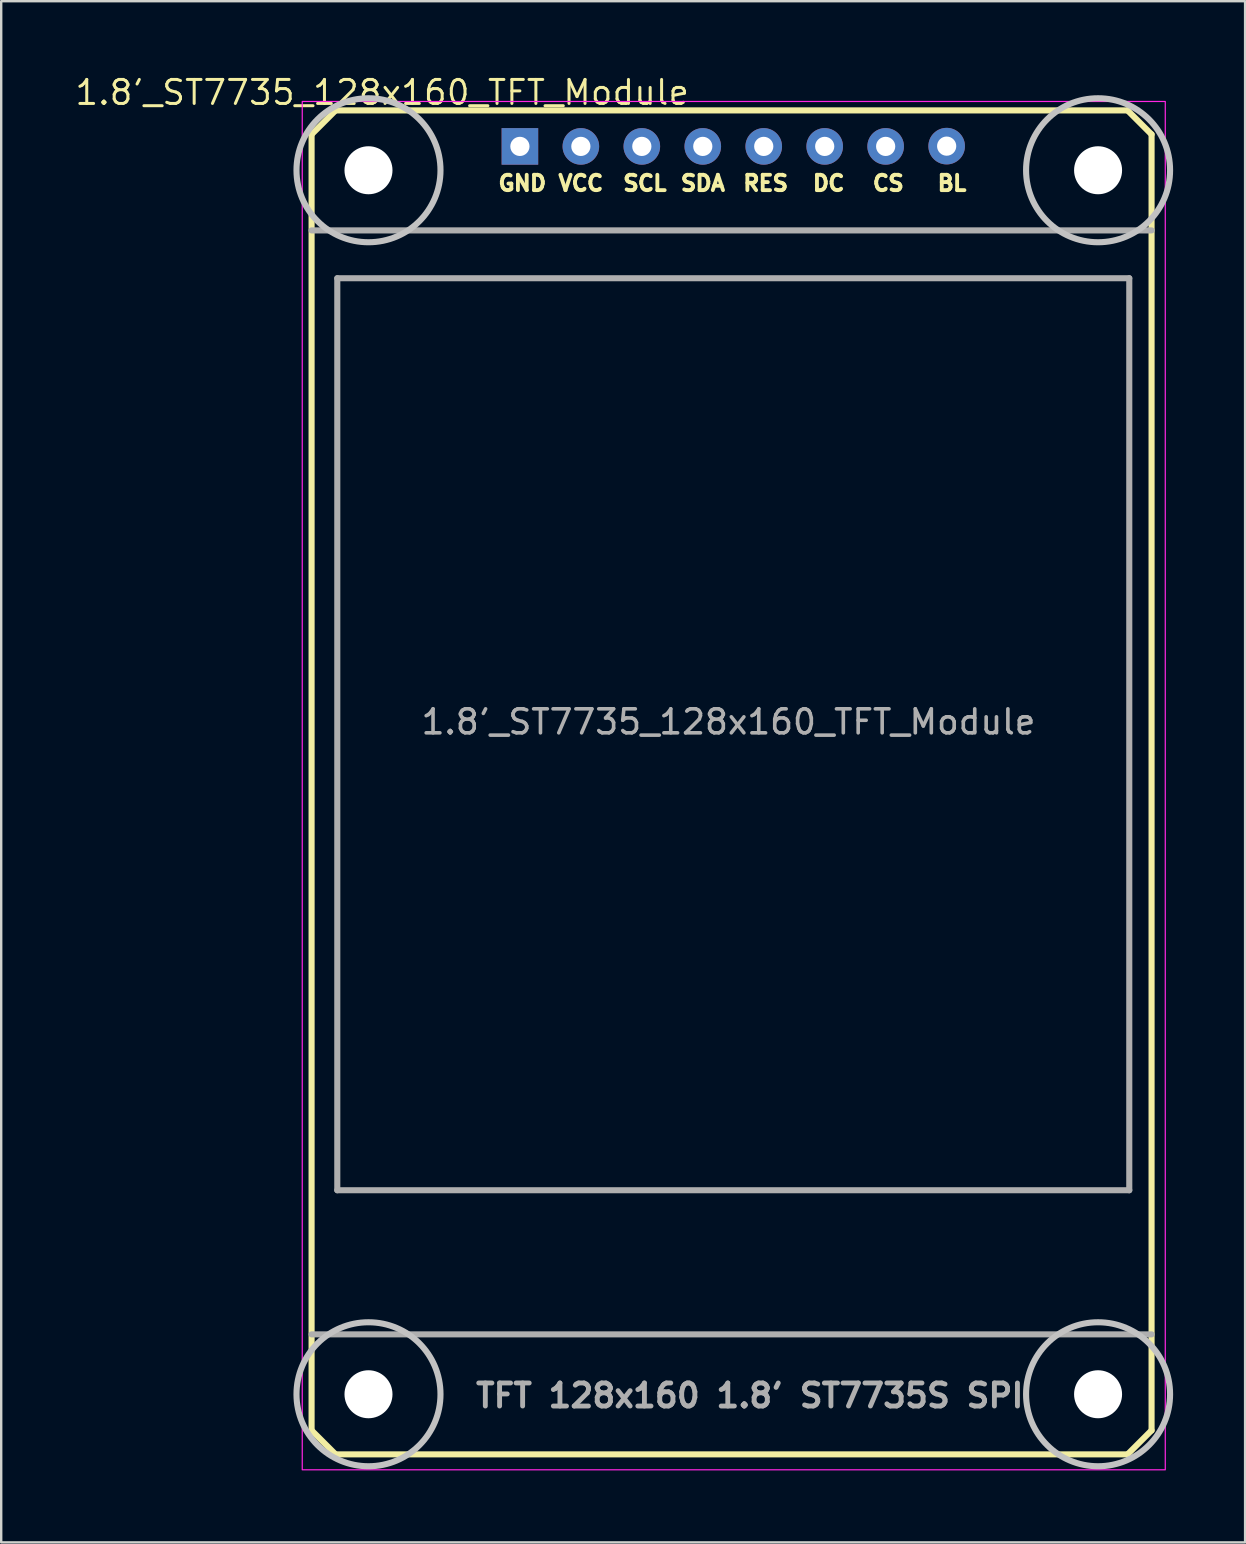
<source format=kicad_pcb>
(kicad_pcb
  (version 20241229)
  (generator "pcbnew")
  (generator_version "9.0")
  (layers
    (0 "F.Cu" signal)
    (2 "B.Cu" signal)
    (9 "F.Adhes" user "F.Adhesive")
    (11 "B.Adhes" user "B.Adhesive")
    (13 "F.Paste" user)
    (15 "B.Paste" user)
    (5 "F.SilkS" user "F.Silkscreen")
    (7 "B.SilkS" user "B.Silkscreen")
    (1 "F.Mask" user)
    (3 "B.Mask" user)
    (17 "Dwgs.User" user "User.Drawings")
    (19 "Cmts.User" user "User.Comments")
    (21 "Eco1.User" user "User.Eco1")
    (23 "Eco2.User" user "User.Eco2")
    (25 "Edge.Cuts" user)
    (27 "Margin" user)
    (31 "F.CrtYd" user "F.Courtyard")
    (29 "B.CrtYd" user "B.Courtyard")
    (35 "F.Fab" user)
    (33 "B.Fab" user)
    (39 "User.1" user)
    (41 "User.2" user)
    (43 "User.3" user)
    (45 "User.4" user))
  (footprint "1.8'_ST7735_128x160_TFT_Module"
    (layer "F.Cu")
    (at 27.313 26.22)
    (property "Reference" "1.8'_ST7735_128x160_TFT_Module" (at -14.439 -25.416 0) (unlocked yes) (layer "F.SilkS") (effects (font (size 1 1) (thickness 0.125))))
    (attr through_hole)
    (fp_line (start -17.38 -23.67) (end -16.38 -24.67) (stroke (width 0.254) (type default)) (layer "F.SilkS"))
    (fp_line (start -17.38 30.33) (end -17.38 -23.67) (stroke (width 0.254) (type default)) (layer "F.SilkS"))
    (fp_line (start -16.38 -24.67) (end 16.62 -24.67) (stroke (width 0.254) (type default)) (layer "F.SilkS"))
    (fp_line (start -16.38 31.33) (end -17.38 30.33) (stroke (width 0.254) (type default)) (layer "F.SilkS"))
    (fp_line (start 16.62 31.33) (end -16.38 31.33) (stroke (width 0.254) (type default)) (layer "F.SilkS"))
    (fp_line (start 17.62 -23.67) (end 17.62 30.33) (stroke (width 0.254) (type default)) (layer "F.SilkS"))
    (fp_line (start 17.62 -23.67) (end 16.62 -24.67) (stroke (width 0.254) (type default)) (layer "F.SilkS"))
    (fp_line (start 17.62 30.33) (end 16.62 31.33) (stroke (width 0.254) (type default)) (layer "F.SilkS"))
    (fp_circle (center -15.009 -22.176) (end -12.009 -22.176) (stroke (width 0.254) (type default)) (fill no) (layer "Dwgs.User"))
    (fp_circle (center -15.009 28.825) (end -12.009 28.825) (stroke (width 0.254) (type default)) (fill no) (layer "Dwgs.User"))
    (fp_circle (center 15.391 -22.176) (end 18.391 -22.176) (stroke (width 0.254) (type default)) (fill no) (layer "Dwgs.User"))
    (fp_circle (center 15.391 28.825) (end 18.391 28.825) (stroke (width 0.254) (type default)) (fill no) (layer "Dwgs.User"))
    (fp_rect (start -17.769 -25.043) (end 18.191 31.974) (stroke (width 0.05) (type default)) (fill no) (layer "F.CrtYd"))
    (fp_line (start -16.309 20.324) (end -16.309 -17.676) (stroke (width 0.254) (type default)) (layer "F.Fab"))
    (fp_line (start 16.691 -17.676) (end -16.309 -17.676) (stroke (width 0.254) (type default)) (layer "F.Fab"))
    (fp_line (start 16.691 -17.676) (end 16.691 20.324) (stroke (width 0.254) (type default)) (layer "F.Fab"))
    (fp_line (start 16.691 20.324) (end -16.309 20.324) (stroke (width 0.254) (type default)) (layer "F.Fab"))
    (fp_line (start 17.62 -19.67) (end -17.38 -19.67) (stroke (width 0.254) (type default)) (layer "F.Fab"))
    (fp_line (start 17.62 26.33) (end -17.38 26.33) (stroke (width 0.254) (type default)) (layer "F.Fab"))
    (fp_text user "DC" (at 3.42 -22.01 0) (unlocked yes) (layer "F.SilkS") (effects (font (size 0.64 0.64) (thickness 0.203)) (justify left top)))
    (fp_text user "SDA" (at -2.08 -22.01 0) (unlocked yes) (layer "F.SilkS") (effects (font (size 0.64 0.64) (thickness 0.203)) (justify left top)))
    (fp_text user "RES" (at 0.52 -22.01 0) (unlocked yes) (layer "F.SilkS") (effects (font (size 0.64 0.64) (thickness 0.203)) (justify left top)))
    (fp_text user "BL" (at 8.62 -22.01 0) (unlocked yes) (layer "F.SilkS") (effects (font (size 0.64 0.64) (thickness 0.203)) (justify left top)))
    (fp_text user "SCL" (at -4.48 -22.01 0) (unlocked yes) (layer "F.SilkS") (effects (font (size 0.64 0.64) (thickness 0.203)) (justify left top)))
    (fp_text user "VCC" (at -7.18 -22.01 0) (unlocked yes) (layer "F.SilkS") (effects (font (size 0.64 0.64) (thickness 0.203)) (justify left top)))
    (fp_text user "GND" (at -9.68 -22.01 0) (unlocked yes) (layer "F.SilkS") (effects (font (size 0.64 0.64) (thickness 0.203)) (justify left top)))
    (fp_text user "CS" (at 5.92 -22.01 0) (unlocked yes) (layer "F.SilkS") (effects (font (size 0.64 0.64) (thickness 0.203)) (justify left top)))
    (fp_text user "TFT 128x160 1.8' ST7735S SPI" (at -10.64 28.32 0) (unlocked yes) (layer "F.Fab") (effects (font (size 0.96 0.96) (thickness 0.203)) (justify left top)))
    (fp_text user "${REFERENCE}" (at -0.01 0.81 0) (unlocked yes) (layer "F.Fab") (effects (font (size 1 1) (thickness 0.15))))
    (pad "" np_thru_hole circle (at -15.009 -22.176) (size 2 2) (drill 2) (layers "*.Cu" "*.Mask"))
    (pad "" np_thru_hole circle (at -15.009 28.825) (size 2 2) (drill 2) (layers "*.Cu" "*.Mask"))
    (pad "" np_thru_hole circle (at 15.391 -22.176) (size 2 2) (drill 2) (layers "*.Cu" "*.Mask"))
    (pad "" np_thru_hole circle (at 15.391 28.825) (size 2 2) (drill 2) (layers "*.Cu" "*.Mask"))
    (pad "1" thru_hole rect (at -8.7 -23.17 270) (size 1.524 1.524) (drill 0.8) (layers "*.Cu" "*.Mask"))
    (pad "2" thru_hole oval (at -6.16 -23.17 270) (size 1.524 1.524) (drill 0.8) (layers "*.Cu" "*.Mask"))
    (pad "3" thru_hole oval (at -3.62 -23.17 270) (size 1.524 1.524) (drill 0.8) (layers "*.Cu" "*.Mask"))
    (pad "4" thru_hole oval (at -1.08 -23.17 270) (size 1.524 1.524) (drill 0.8) (layers "*.Cu" "*.Mask"))
    (pad "5" thru_hole oval (at 1.46 -23.17 270) (size 1.524 1.524) (drill 0.8) (layers "*.Cu" "*.Mask"))
    (pad "6" thru_hole oval (at 4 -23.17 270) (size 1.524 1.524) (drill 0.8) (layers "*.Cu" "*.Mask"))
    (pad "7" thru_hole oval (at 6.54 -23.17 270) (size 1.524 1.524) (drill 0.8) (layers "*.Cu" "*.Mask"))
    (pad "8" thru_hole oval (at 9.082 -23.181 270) (size 1.524 1.524) (drill 0.8) (layers "*.Cu" "*.Mask")))
  (gr_rect
    (start -3 -3)
    (end 48.83 61.219)
    (stroke (width 0.1) (type default))
    (fill no)
    (layer "Edge.Cuts")))
</source>
